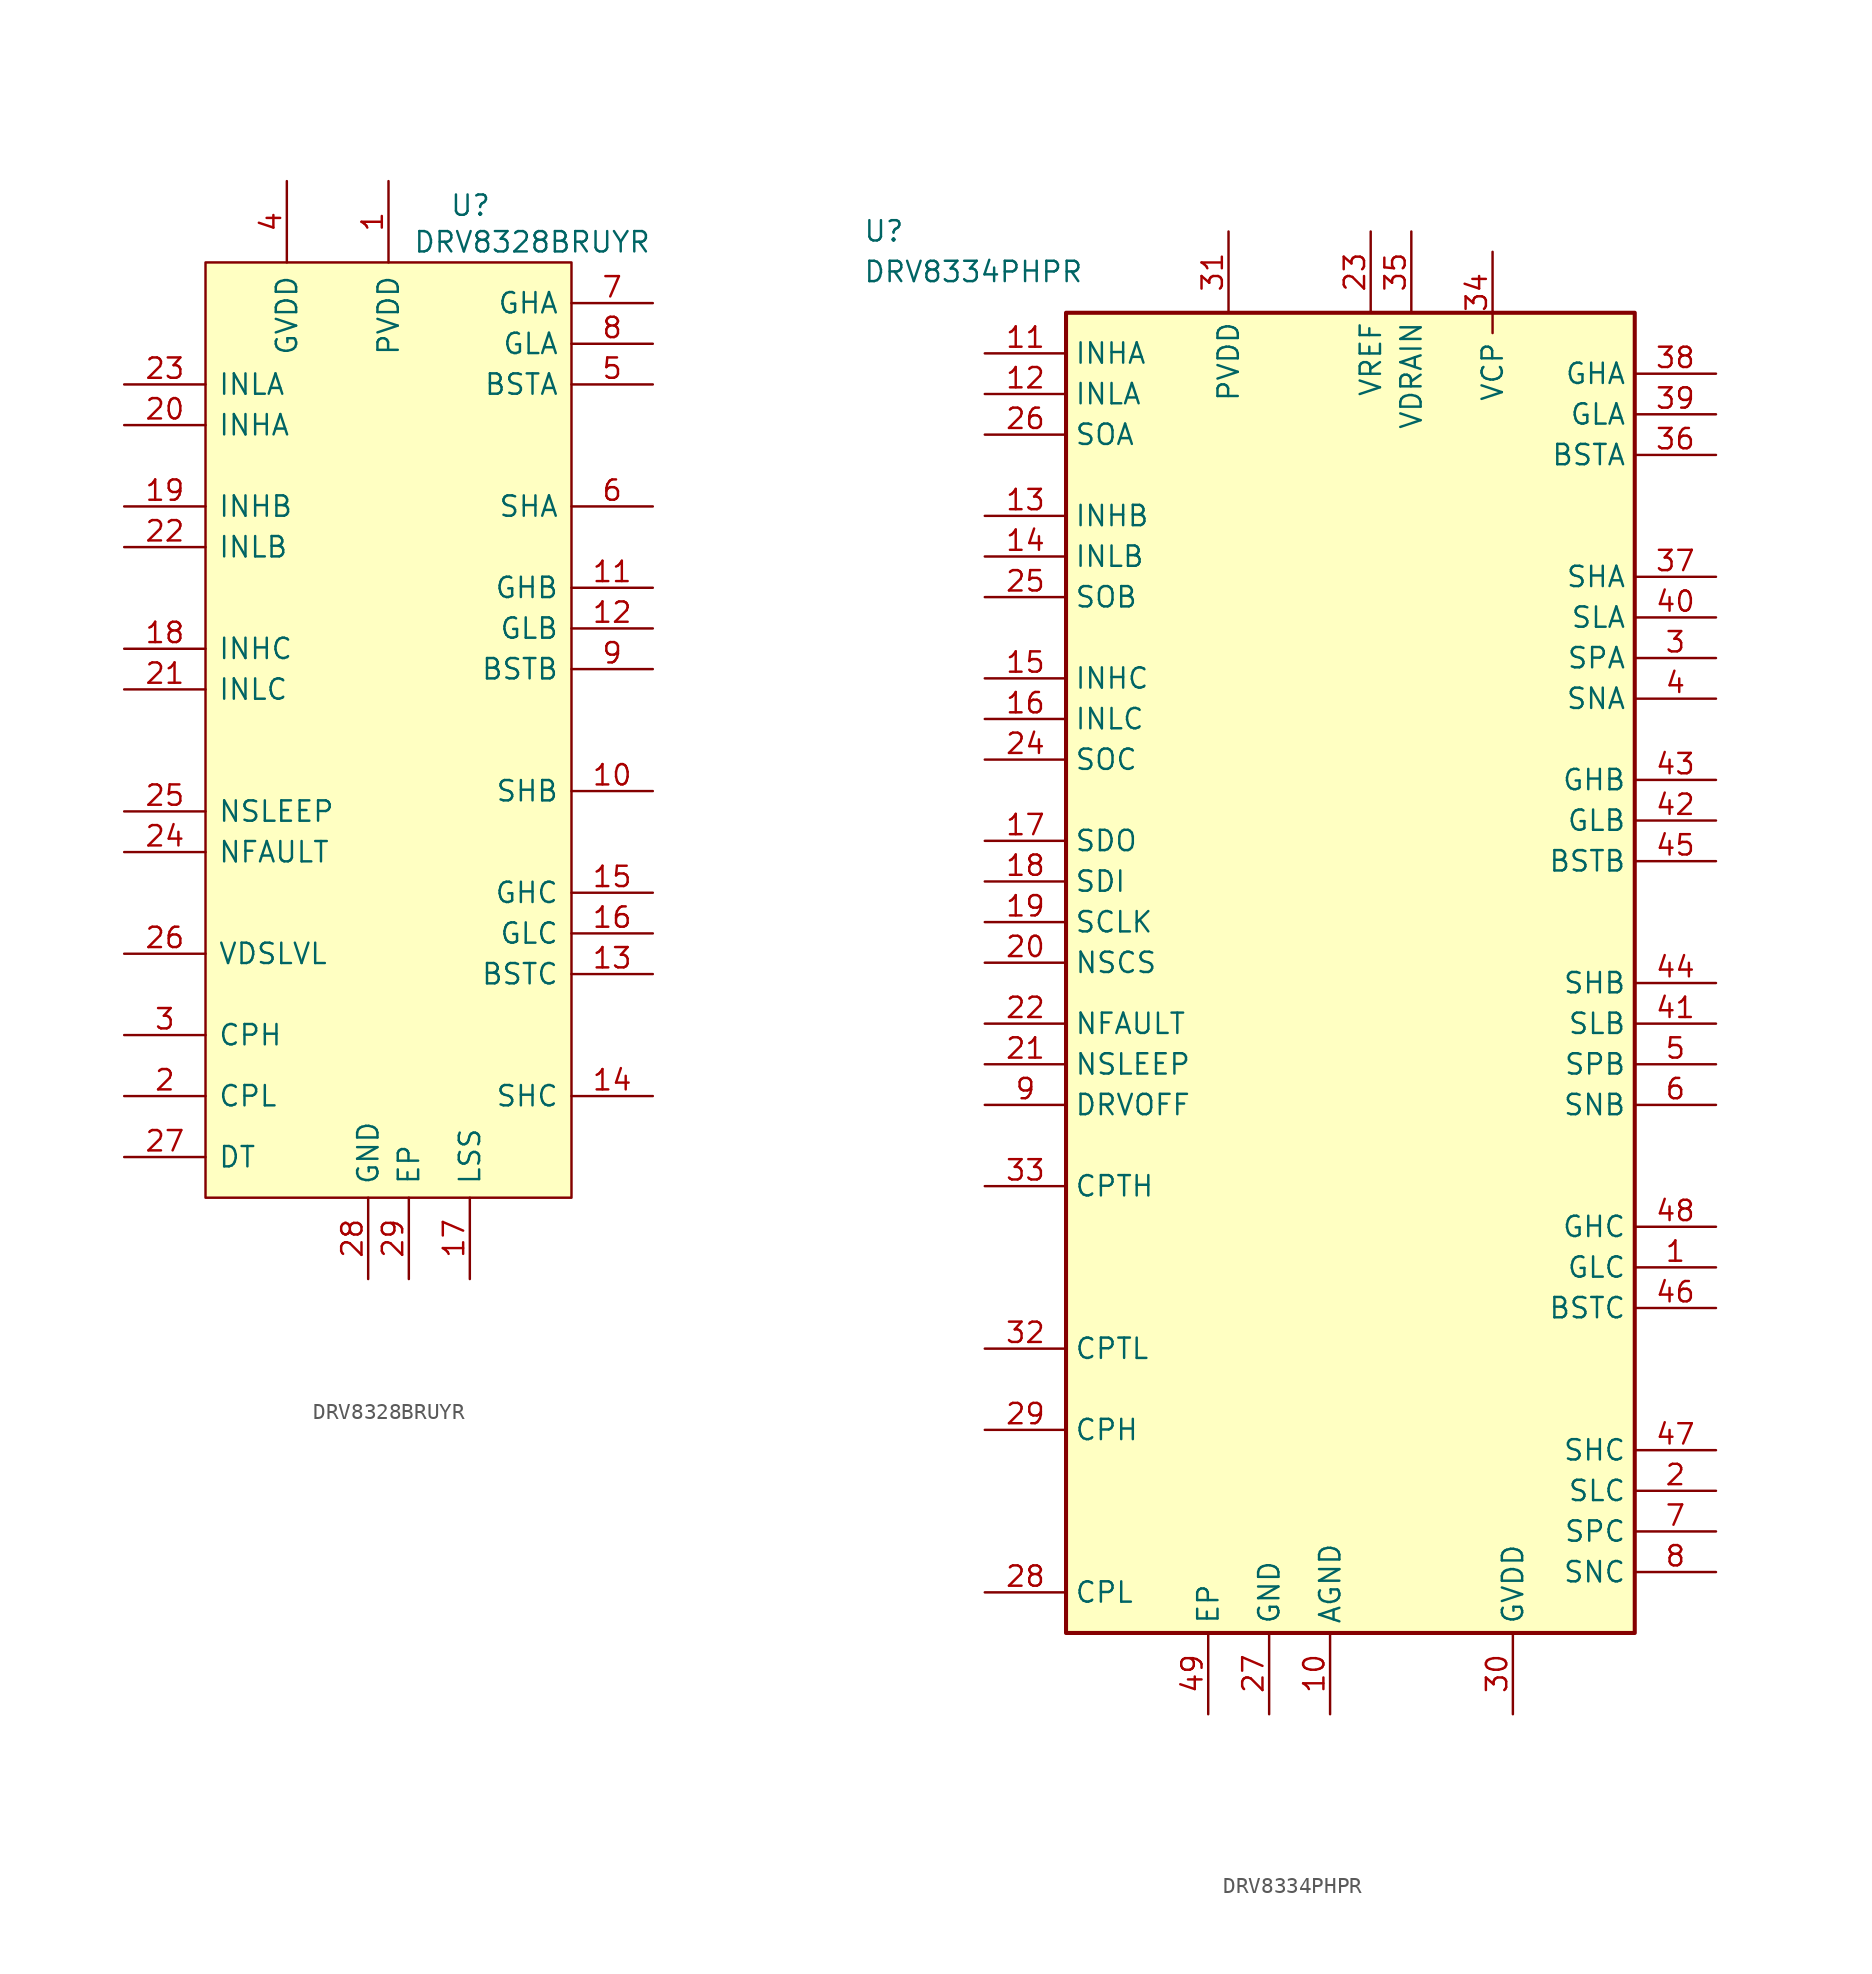
<source format=kicad_sym>
(kicad_symbol_lib
  (version 20241209)
  (generator "kicad_symbol_editor")
  (generator_version "9.0")
  (symbol "DRV8328BRUYR"
    (pin_names
      (offset 0.762))
    (property "Reference" "U"
      (at 20.32 36.576 0)
      (effects (font (size 1.27 1.27)) (justify left)))
    (property "Value" "DRV8328BRUYR"
      (at 18.034 34.29 0)
      (effects (font (size 1.27 1.27)) (justify left)))
    (symbol "DRV8328BRUYR_0_0"
      (pin passive line (at 0 25.4 0) (length 5.08) (name "INLA" (effects (font (size 1.27 1.27)))) (number "23" (effects (font (size 1.27 1.27)))))
      (pin passive line (at 0 22.86 0) (length 5.08) (name "INHA" (effects (font (size 1.27 1.27)))) (number "20" (effects (font (size 1.27 1.27)))))
      (pin passive line (at 0 17.78 0) (length 5.08) (name "INHB" (effects (font (size 1.27 1.27)))) (number "19" (effects (font (size 1.27 1.27)))))
      (pin passive line (at 0 15.24 0) (length 5.08) (name "INLB" (effects (font (size 1.27 1.27)))) (number "22" (effects (font (size 1.27 1.27)))))
      (pin passive line (at 0 8.89 0) (length 5.08) (name "INHC" (effects (font (size 1.27 1.27)))) (number "18" (effects (font (size 1.27 1.27)))))
      (pin passive line (at 0 6.35 0) (length 5.08) (name "INLC" (effects (font (size 1.27 1.27)))) (number "21" (effects (font (size 1.27 1.27)))))
      (pin passive line (at 0 -1.27 0) (length 5.08) (name "NSLEEP" (effects (font (size 1.27 1.27)))) (number "25" (effects (font (size 1.27 1.27)))))
      (pin passive line (at 0 -3.81 0) (length 5.08) (name "NFAULT" (effects (font (size 1.27 1.27)))) (number "24" (effects (font (size 1.27 1.27)))))
      (pin passive line (at 0 -10.16 0) (length 5.08) (name "VDSLVL" (effects (font (size 1.27 1.27)))) (number "26" (effects (font (size 1.27 1.27)))))
      (pin passive line (at 0 -15.24 0) (length 5.08) (name "CPH" (effects (font (size 1.27 1.27)))) (number "3" (effects (font (size 1.27 1.27)))))
      (pin passive line (at 0 -19.05 0) (length 5.08) (name "CPL" (effects (font (size 1.27 1.27)))) (number "2" (effects (font (size 1.27 1.27)))))
      (pin passive line (at 0 -22.86 0) (length 5.08) (name "DT" (effects (font (size 1.27 1.27)))) (number "27" (effects (font (size 1.27 1.27)))))
      (pin passive line (at 10.16 38.1 270) (length 5.08) (name "GVDD" (effects (font (size 1.27 1.27)))) (number "4" (effects (font (size 1.27 1.27)))))
      (pin passive line (at 15.24 -30.48 90) (length 5.08) (name "GND" (effects (font (size 1.27 1.27)))) (number "28" (effects (font (size 1.27 1.27)))))
      (pin passive line (at 16.51 38.1 270) (length 5.08) (name "PVDD" (effects (font (size 1.27 1.27)))) (number "1" (effects (font (size 1.27 1.27)))))
      (pin passive line (at 17.78 -30.48 90) (length 5.08) (name "EP" (effects (font (size 1.27 1.27)))) (number "29" (effects (font (size 1.27 1.27)))))
      (pin passive line (at 21.59 -30.48 90) (length 5.08) (name "LSS" (effects (font (size 1.27 1.27)))) (number "17" (effects (font (size 1.27 1.27)))))
      (pin passive line (at 33.02 30.48 180) (length 5.08) (name "GHA" (effects (font (size 1.27 1.27)))) (number "7" (effects (font (size 1.27 1.27)))))
      (pin passive line (at 33.02 27.94 180) (length 5.08) (name "GLA" (effects (font (size 1.27 1.27)))) (number "8" (effects (font (size 1.27 1.27)))))
      (pin passive line (at 33.02 25.4 180) (length 5.08) (name "BSTA" (effects (font (size 1.27 1.27)))) (number "5" (effects (font (size 1.27 1.27)))))
      (pin passive line (at 33.02 17.78 180) (length 5.08) (name "SHA" (effects (font (size 1.27 1.27)))) (number "6" (effects (font (size 1.27 1.27)))))
      (pin passive line (at 33.02 12.7 180) (length 5.08) (name "GHB" (effects (font (size 1.27 1.27)))) (number "11" (effects (font (size 1.27 1.27)))))
      (pin passive line (at 33.02 10.16 180) (length 5.08) (name "GLB" (effects (font (size 1.27 1.27)))) (number "12" (effects (font (size 1.27 1.27)))))
      (pin passive line (at 33.02 7.62 180) (length 5.08) (name "BSTB" (effects (font (size 1.27 1.27)))) (number "9" (effects (font (size 1.27 1.27)))))
      (pin passive line (at 33.02 0 180) (length 5.08) (name "SHB" (effects (font (size 1.27 1.27)))) (number "10" (effects (font (size 1.27 1.27)))))
      (pin passive line (at 33.02 -6.35 180) (length 5.08) (name "GHC" (effects (font (size 1.27 1.27)))) (number "15" (effects (font (size 1.27 1.27)))))
      (pin passive line (at 33.02 -8.89 180) (length 5.08) (name "GLC" (effects (font (size 1.27 1.27)))) (number "16" (effects (font (size 1.27 1.27)))))
      (pin passive line (at 33.02 -11.43 180) (length 5.08) (name "BSTC" (effects (font (size 1.27 1.27)))) (number "13" (effects (font (size 1.27 1.27)))))
      (pin passive line (at 33.02 -19.05 180) (length 5.08) (name "SHC" (effects (font (size 1.27 1.27)))) (number "14" (effects (font (size 1.27 1.27))))))
    (symbol "DRV8328BRUYR_1_1"
      (rectangle (start 5.08 33.02) (end 27.94 -25.4) (stroke (width 0) (type solid)) (fill (type background)))))
  (symbol "DRV8334PHPR"
    (property "Reference" "U"
      (at -7.62 24.892 0)
      (effects (font (size 1.27 1.27)) (justify left top)))
    (property "Value" "DRV8334PHPR"
      (at -7.62 22.352 0)
      (effects (font (size 1.27 1.27)) (justify left top)))
    (symbol "DRV8334PHPR_1_1"
      (rectangle (start 5.08 19.05) (end 40.64 -63.5) (stroke (width 0.254) (type default)) (fill (type background)))
      (pin passive line (at 0 16.51 0) (length 5.08) (name "INHA" (effects (font (size 1.27 1.27)))) (number "11" (effects (font (size 1.27 1.27)))))
      (pin passive line (at 0 13.97 0) (length 5.08) (name "INLA" (effects (font (size 1.27 1.27)))) (number "12" (effects (font (size 1.27 1.27)))))
      (pin passive line (at 0 11.43 0) (length 5.08) (name "SOA" (effects (font (size 1.27 1.27)))) (number "26" (effects (font (size 1.27 1.27)))))
      (pin passive line (at 0 6.35 0) (length 5.08) (name "INHB" (effects (font (size 1.27 1.27)))) (number "13" (effects (font (size 1.27 1.27)))))
      (pin passive line (at 0 3.81 0) (length 5.08) (name "INLB" (effects (font (size 1.27 1.27)))) (number "14" (effects (font (size 1.27 1.27)))))
      (pin passive line (at 0 1.27 0) (length 5.08) (name "SOB" (effects (font (size 1.27 1.27)))) (number "25" (effects (font (size 1.27 1.27)))))
      (pin passive line (at 0 -3.81 0) (length 5.08) (name "INHC" (effects (font (size 1.27 1.27)))) (number "15" (effects (font (size 1.27 1.27)))))
      (pin passive line (at 0 -6.35 0) (length 5.08) (name "INLC" (effects (font (size 1.27 1.27)))) (number "16" (effects (font (size 1.27 1.27)))))
      (pin passive line (at 0 -8.89 0) (length 5.08) (name "SOC" (effects (font (size 1.27 1.27)))) (number "24" (effects (font (size 1.27 1.27)))))
      (pin passive line (at 0 -13.97 0) (length 5.08) (name "SDO" (effects (font (size 1.27 1.27)))) (number "17" (effects (font (size 1.27 1.27)))))
      (pin passive line (at 0 -16.51 0) (length 5.08) (name "SDI" (effects (font (size 1.27 1.27)))) (number "18" (effects (font (size 1.27 1.27)))))
      (pin passive line (at 0 -19.05 0) (length 5.08) (name "SCLK" (effects (font (size 1.27 1.27)))) (number "19" (effects (font (size 1.27 1.27)))))
      (pin passive line (at 0 -21.59 0) (length 5.08) (name "NSCS" (effects (font (size 1.27 1.27)))) (number "20" (effects (font (size 1.27 1.27)))))
      (pin passive line (at 0 -25.4 0) (length 5.08) (name "NFAULT" (effects (font (size 1.27 1.27)))) (number "22" (effects (font (size 1.27 1.27)))))
      (pin passive line (at 0 -27.94 0) (length 5.08) (name "NSLEEP" (effects (font (size 1.27 1.27)))) (number "21" (effects (font (size 1.27 1.27)))))
      (pin passive line (at 0 -30.48 0) (length 5.08) (name "DRVOFF" (effects (font (size 1.27 1.27)))) (number "9" (effects (font (size 1.27 1.27)))))
      (pin passive line (at 0 -35.56 0) (length 5.08) (name "CPTH" (effects (font (size 1.27 1.27)))) (number "33" (effects (font (size 1.27 1.27)))))
      (pin passive line (at 0 -45.72 0) (length 5.08) (name "CPTL" (effects (font (size 1.27 1.27)))) (number "32" (effects (font (size 1.27 1.27)))))
      (pin passive line (at 0 -50.8 0) (length 5.08) (name "CPH" (effects (font (size 1.27 1.27)))) (number "29" (effects (font (size 1.27 1.27)))))
      (pin passive line (at 0 -60.96 0) (length 5.08) (name "CPL" (effects (font (size 1.27 1.27)))) (number "28" (effects (font (size 1.27 1.27)))))
      (pin passive line (at 13.97 -68.58 90) (length 5.08) (name "EP" (effects (font (size 1.27 1.27)))) (number "49" (effects (font (size 1.27 1.27)))))
      (pin passive line (at 15.24 24.13 270) (length 5.08) (name "PVDD" (effects (font (size 1.27 1.27)))) (number "31" (effects (font (size 1.27 1.27)))))
      (pin passive line (at 17.78 -68.58 90) (length 5.08) (name "GND" (effects (font (size 1.27 1.27)))) (number "27" (effects (font (size 1.27 1.27)))))
      (pin passive line (at 21.59 -68.58 90) (length 5.08) (name "AGND" (effects (font (size 1.27 1.27)))) (number "10" (effects (font (size 1.27 1.27)))))
      (pin passive line (at 24.13 24.13 270) (length 5.08) (name "VREF" (effects (font (size 1.27 1.27)))) (number "23" (effects (font (size 1.27 1.27)))))
      (pin passive line (at 26.67 24.13 270) (length 5.08) (name "VDRAIN" (effects (font (size 1.27 1.27)))) (number "35" (effects (font (size 1.27 1.27)))))
      (pin passive line (at 31.75 22.86 270) (length 5.08) (name "VCP" (effects (font (size 1.27 1.27)))) (number "34" (effects (font (size 1.27 1.27)))))
      (pin passive line (at 33.02 -68.58 90) (length 5.08) (name "GVDD" (effects (font (size 1.27 1.27)))) (number "30" (effects (font (size 1.27 1.27)))))
      (pin passive line (at 45.72 15.24 180) (length 5.08) (name "GHA" (effects (font (size 1.27 1.27)))) (number "38" (effects (font (size 1.27 1.27)))))
      (pin passive line (at 45.72 12.7 180) (length 5.08) (name "GLA" (effects (font (size 1.27 1.27)))) (number "39" (effects (font (size 1.27 1.27)))))
      (pin passive line (at 45.72 10.16 180) (length 5.08) (name "BSTA" (effects (font (size 1.27 1.27)))) (number "36" (effects (font (size 1.27 1.27)))))
      (pin passive line (at 45.72 2.54 180) (length 5.08) (name "SHA" (effects (font (size 1.27 1.27)))) (number "37" (effects (font (size 1.27 1.27)))))
      (pin passive line (at 45.72 0 180) (length 5.08) (name "SLA" (effects (font (size 1.27 1.27)))) (number "40" (effects (font (size 1.27 1.27)))))
      (pin passive line (at 45.72 -2.54 180) (length 5.08) (name "SPA" (effects (font (size 1.27 1.27)))) (number "3" (effects (font (size 1.27 1.27)))))
      (pin passive line (at 45.72 -5.08 180) (length 5.08) (name "SNA" (effects (font (size 1.27 1.27)))) (number "4" (effects (font (size 1.27 1.27)))))
      (pin passive line (at 45.72 -10.16 180) (length 5.08) (name "GHB" (effects (font (size 1.27 1.27)))) (number "43" (effects (font (size 1.27 1.27)))))
      (pin passive line (at 45.72 -12.7 180) (length 5.08) (name "GLB" (effects (font (size 1.27 1.27)))) (number "42" (effects (font (size 1.27 1.27)))))
      (pin passive line (at 45.72 -15.24 180) (length 5.08) (name "BSTB" (effects (font (size 1.27 1.27)))) (number "45" (effects (font (size 1.27 1.27)))))
      (pin passive line (at 45.72 -22.86 180) (length 5.08) (name "SHB" (effects (font (size 1.27 1.27)))) (number "44" (effects (font (size 1.27 1.27)))))
      (pin passive line (at 45.72 -25.4 180) (length 5.08) (name "SLB" (effects (font (size 1.27 1.27)))) (number "41" (effects (font (size 1.27 1.27)))))
      (pin passive line (at 45.72 -27.94 180) (length 5.08) (name "SPB" (effects (font (size 1.27 1.27)))) (number "5" (effects (font (size 1.27 1.27)))))
      (pin passive line (at 45.72 -30.48 180) (length 5.08) (name "SNB" (effects (font (size 1.27 1.27)))) (number "6" (effects (font (size 1.27 1.27)))))
      (pin passive line (at 45.72 -38.1 180) (length 5.08) (name "GHC" (effects (font (size 1.27 1.27)))) (number "48" (effects (font (size 1.27 1.27)))))
      (pin passive line (at 45.72 -40.64 180) (length 5.08) (name "GLC" (effects (font (size 1.27 1.27)))) (number "1" (effects (font (size 1.27 1.27)))))
      (pin passive line (at 45.72 -43.18 180) (length 5.08) (name "BSTC" (effects (font (size 1.27 1.27)))) (number "46" (effects (font (size 1.27 1.27)))))
      (pin passive line (at 45.72 -52.07 180) (length 5.08) (name "SHC" (effects (font (size 1.27 1.27)))) (number "47" (effects (font (size 1.27 1.27)))))
      (pin passive line (at 45.72 -54.61 180) (length 5.08) (name "SLC" (effects (font (size 1.27 1.27)))) (number "2" (effects (font (size 1.27 1.27)))))
      (pin passive line (at 45.72 -57.15 180) (length 5.08) (name "SPC" (effects (font (size 1.27 1.27)))) (number "7" (effects (font (size 1.27 1.27)))))
      (pin passive line (at 45.72 -59.69 180) (length 5.08) (name "SNC" (effects (font (size 1.27 1.27)))) (number "8" (effects (font (size 1.27 1.27))))))))
</source>
